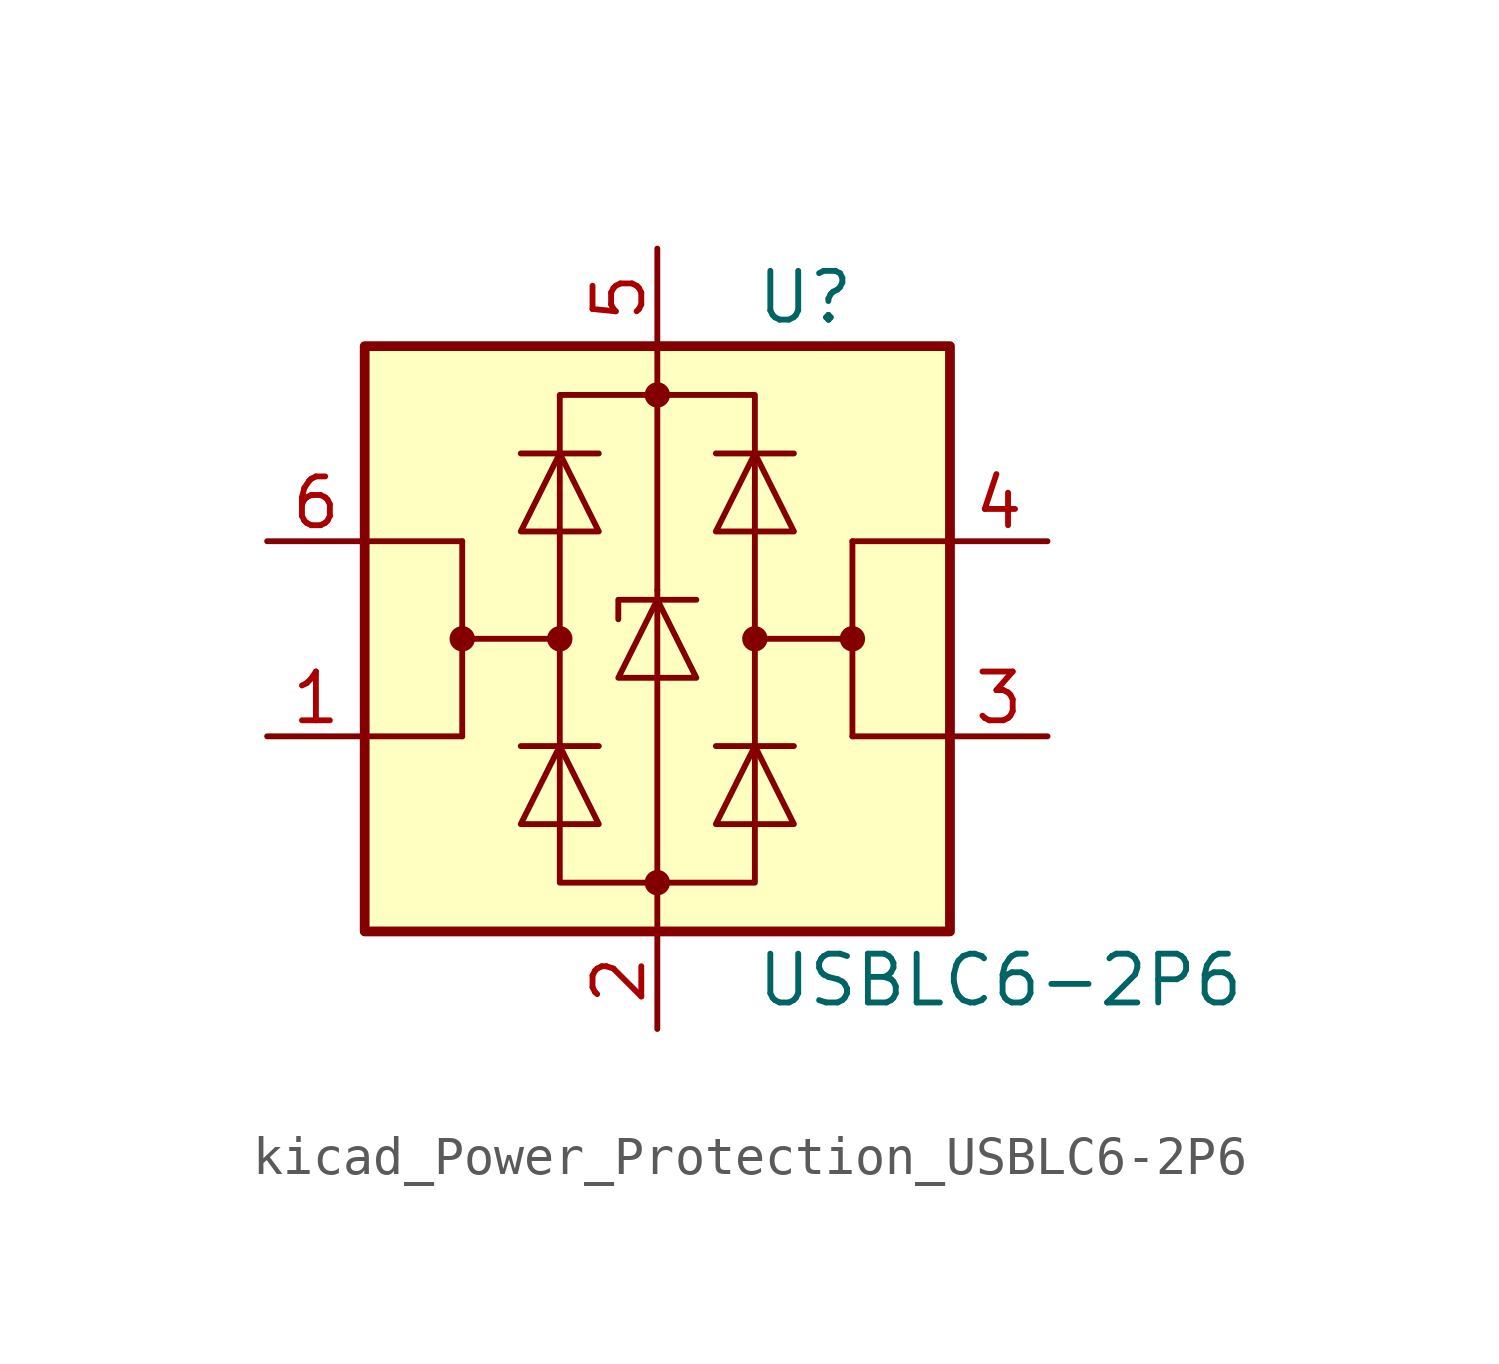
<source format=kicad_sym>
(kicad_symbol_lib
  (version 20220914)
  (generator kicad_symbol_editor)
  (symbol "kicad_Power_Protection_USBLC6-2P6"
    (pin_names hide)
    (property "Reference" "U"
      (at 2.54 8.89 0)
      (effects (font (size 1.27 1.27)) (justify left)))
    (property "Value" "USBLC6-2P6"
      (at 2.54 -8.89 0)
      (effects (font (size 1.27 1.27)) (justify left)))
    (symbol "kicad_Power_Protection_USBLC6-2P6_0_1"
      (rectangle (start -7.62 -7.62) (end 7.62 7.62) (stroke (width 0.254) (type default)) (fill (type background)))
      (circle (center -5.08 0) (radius 0.254) (stroke (width 0) (type default)) (fill (type outline)))
      (circle (center -2.54 0) (radius 0.254) (stroke (width 0) (type default)) (fill (type outline)))
      (rectangle (start -2.54 6.35) (end 2.54 -6.35) (stroke (width 0) (type default)) (fill (type none)))
      (circle (center 0 -6.35) (radius 0.254) (stroke (width 0) (type default)) (fill (type outline)))
      (polyline (pts (xy -5.08 -2.54) (xy -7.62 -2.54)) (stroke (width 0) (type default)) (fill (type none)))
      (polyline (pts (xy -5.08 0) (xy -5.08 -2.54)) (stroke (width 0) (type default)) (fill (type none)))
      (polyline (pts (xy -5.08 2.54) (xy -7.62 2.54)) (stroke (width 0) (type default)) (fill (type none)))
      (polyline (pts (xy -1.524 -2.794) (xy -3.556 -2.794)) (stroke (width 0) (type default)) (fill (type none)))
      (polyline (pts (xy -1.524 4.826) (xy -3.556 4.826)) (stroke (width 0) (type default)) (fill (type none)))
      (polyline (pts (xy 0 -7.62) (xy 0 -6.35)) (stroke (width 0) (type default)) (fill (type none)))
      (polyline (pts (xy 0 -6.35) (xy 0 1.27)) (stroke (width 0) (type default)) (fill (type none)))
      (polyline (pts (xy 0 1.27) (xy 0 6.35)) (stroke (width 0) (type default)) (fill (type none)))
      (polyline (pts (xy 0 6.35) (xy 0 7.62)) (stroke (width 0) (type default)) (fill (type none)))
      (polyline (pts (xy 1.524 -2.794) (xy 3.556 -2.794)) (stroke (width 0) (type default)) (fill (type none)))
      (polyline (pts (xy 1.524 4.826) (xy 3.556 4.826)) (stroke (width 0) (type default)) (fill (type none)))
      (polyline (pts (xy 5.08 -2.54) (xy 7.62 -2.54)) (stroke (width 0) (type default)) (fill (type none)))
      (polyline (pts (xy 5.08 0) (xy 5.08 -2.54)) (stroke (width 0) (type default)) (fill (type none)))
      (polyline (pts (xy 5.08 2.54) (xy 7.62 2.54)) (stroke (width 0) (type default)) (fill (type none)))
      (polyline (pts (xy -2.54 0) (xy -5.08 0) (xy -5.08 2.54)) (stroke (width 0) (type default)) (fill (type none)))
      (polyline (pts (xy 2.54 0) (xy 5.08 0) (xy 5.08 2.54)) (stroke (width 0) (type default)) (fill (type none)))
      (polyline (pts (xy -3.556 -4.826) (xy -1.524 -4.826) (xy -2.54 -2.794) (xy -3.556 -4.826)) (stroke (width 0) (type default)) (fill (type none)))
      (polyline (pts (xy -3.556 2.794) (xy -1.524 2.794) (xy -2.54 4.826) (xy -3.556 2.794)) (stroke (width 0) (type default)) (fill (type none)))
      (polyline (pts (xy -1.016 -1.016) (xy 1.016 -1.016) (xy 0 1.016) (xy -1.016 -1.016)) (stroke (width 0) (type default)) (fill (type none)))
      (polyline (pts (xy 1.016 1.016) (xy 0.762 1.016) (xy -1.016 1.016) (xy -1.016 0.508)) (stroke (width 0) (type default)) (fill (type none)))
      (polyline (pts (xy 3.556 -4.826) (xy 1.524 -4.826) (xy 2.54 -2.794) (xy 3.556 -4.826)) (stroke (width 0) (type default)) (fill (type none)))
      (polyline (pts (xy 3.556 2.794) (xy 1.524 2.794) (xy 2.54 4.826) (xy 3.556 2.794)) (stroke (width 0) (type default)) (fill (type none)))
      (circle (center 0 6.35) (radius 0.254) (stroke (width 0) (type default)) (fill (type outline)))
      (circle (center 2.54 0) (radius 0.254) (stroke (width 0) (type default)) (fill (type outline)))
      (circle (center 5.08 0) (radius 0.254) (stroke (width 0) (type default)) (fill (type outline))))
    (symbol "kicad_Power_Protection_USBLC6-2P6_1_1"
      (pin passive line (at -10.16 -2.54 0) (length 2.54) (name "I/O1" (effects (font (size 1.27 1.27)))) (number "1" (effects (font (size 1.27 1.27)))))
      (pin passive line (at 0 -10.16 90) (length 2.54) (name "GND" (effects (font (size 1.27 1.27)))) (number "2" (effects (font (size 1.27 1.27)))))
      (pin passive line (at 10.16 -2.54 180) (length 2.54) (name "I/O2" (effects (font (size 1.27 1.27)))) (number "3" (effects (font (size 1.27 1.27)))))
      (pin passive line (at 10.16 2.54 180) (length 2.54) (name "I/O2" (effects (font (size 1.27 1.27)))) (number "4" (effects (font (size 1.27 1.27)))))
      (pin passive line (at 0 10.16 270) (length 2.54) (name "VBUS" (effects (font (size 1.27 1.27)))) (number "5" (effects (font (size 1.27 1.27)))))
      (pin passive line (at -10.16 2.54 0) (length 2.54) (name "I/O1" (effects (font (size 1.27 1.27)))) (number "6" (effects (font (size 1.27 1.27))))))))
</source>
